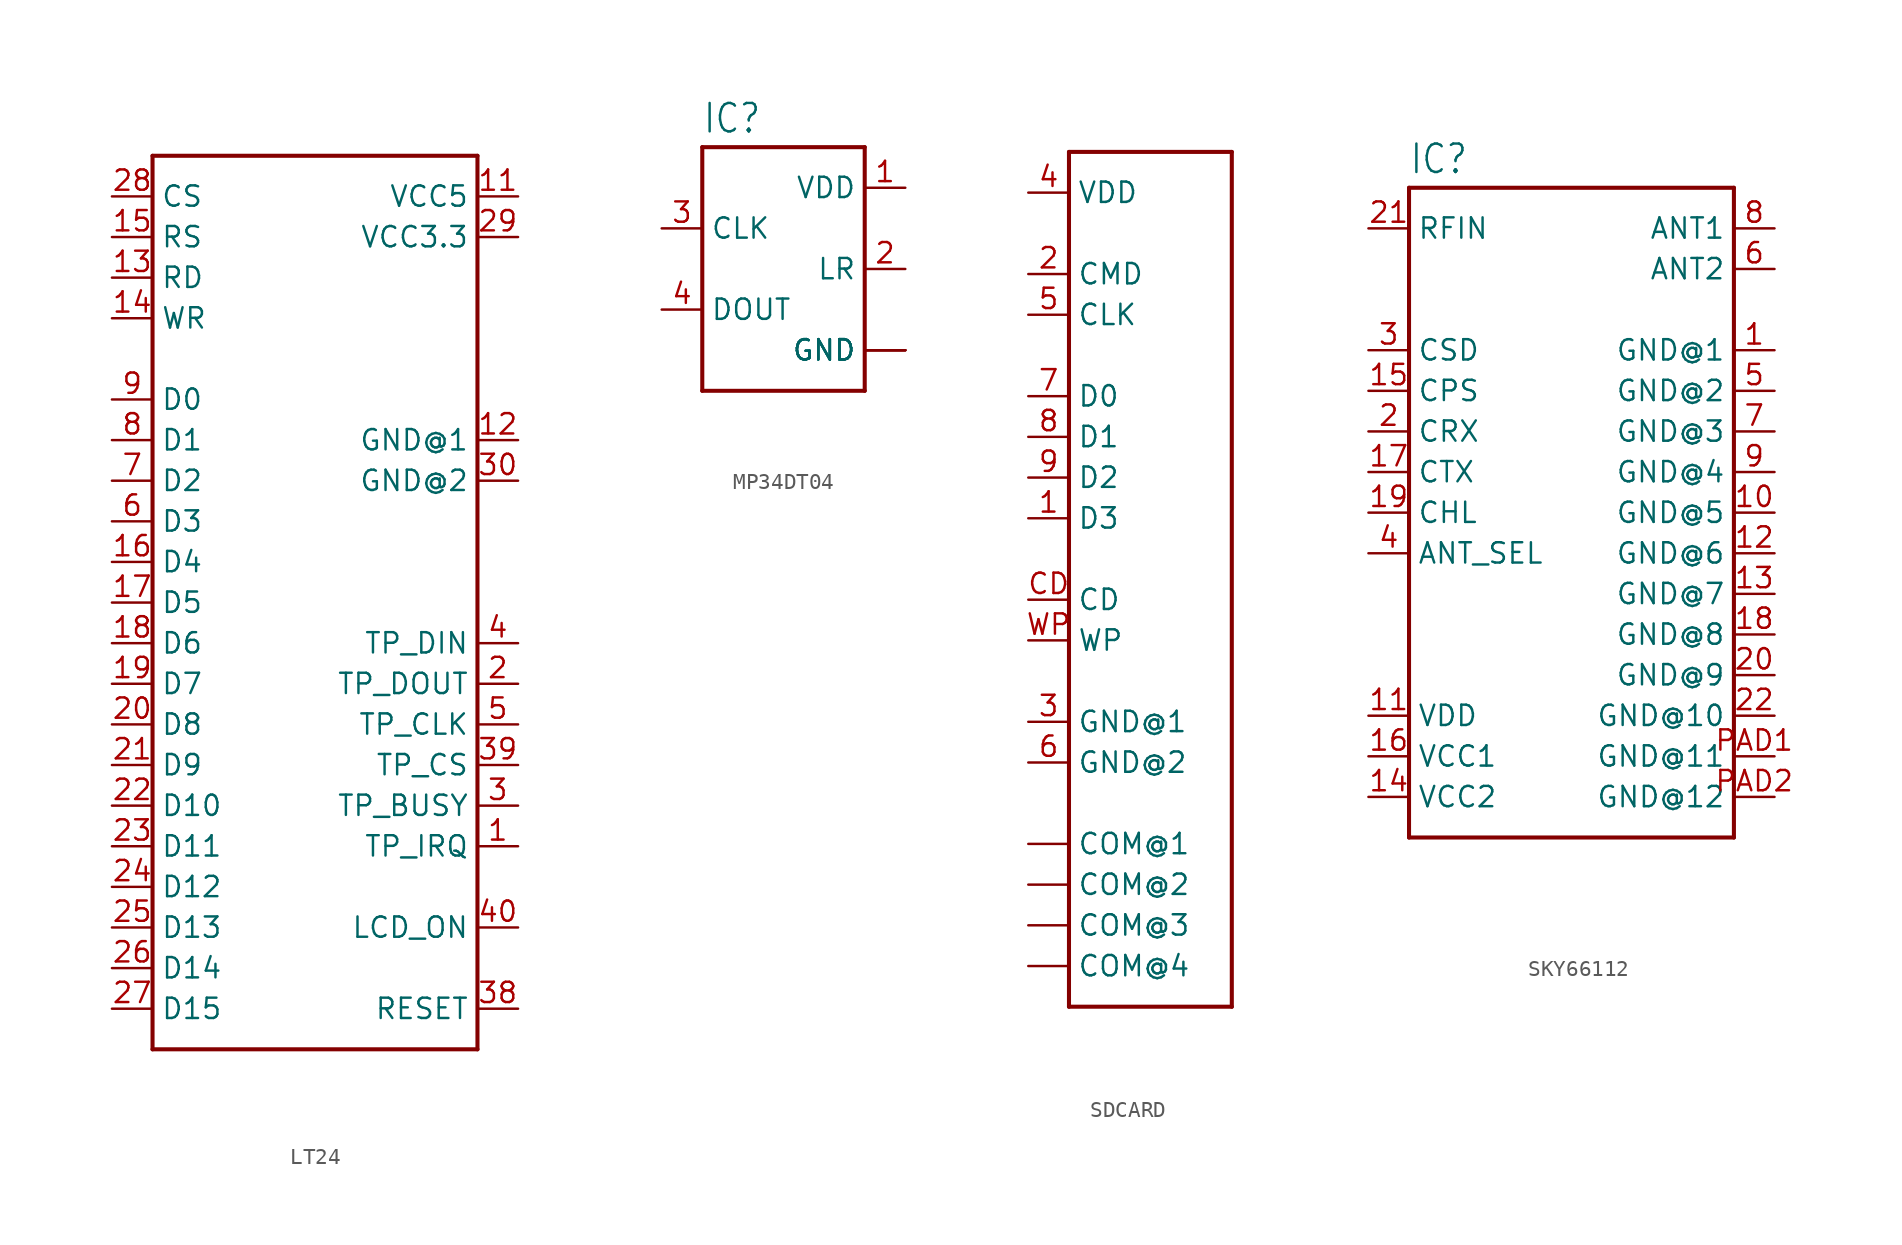
<source format=kicad_sym>
(kicad_symbol_lib
  (version 20231120)
  (generator "kicad_symbol_editor")
  (generator_version "8.0")
  (symbol "LT24"
    (property "Reference" "IC"
      (at -9.906 28.448 0)
      (effects (font (size 1.778 1.511)) (justify left bottom) (hide yes)))
    (property "ki_locked" ""
      (at 0 0 0)
      (effects (font (size 1.27 1.27))))
    (symbol "LT24_1_0"
      (polyline (pts (xy -10.16 -27.94) (xy -10.16 27.94)) (stroke (width 0.254) (type solid)) (fill (type none)))
      (polyline (pts (xy -10.16 27.94) (xy 10.16 27.94)) (stroke (width 0.254) (type solid)) (fill (type none)))
      (polyline (pts (xy 10.16 -27.94) (xy -10.16 -27.94)) (stroke (width 0.254) (type solid)) (fill (type none)))
      (polyline (pts (xy 10.16 27.94) (xy 10.16 -27.94)) (stroke (width 0.254) (type solid)) (fill (type none)))
      (pin bidirectional line (at 12.7 -15.24 180) (length 2.54) (name "TP_IRQ" (effects (font (size 1.27 1.27)))) (number "1" (effects (font (size 1.27 1.27)))))
      (pin power_in line (at 12.7 25.4 180) (length 2.54) (name "VCC5" (effects (font (size 1.27 1.27)))) (number "11" (effects (font (size 1.27 1.27)))))
      (pin power_in line (at 12.7 10.16 180) (length 2.54) (name "GND@1" (effects (font (size 1.27 1.27)))) (number "12" (effects (font (size 1.27 1.27)))))
      (pin bidirectional line (at -12.7 20.32 0) (length 2.54) (name "RD" (effects (font (size 1.27 1.27)))) (number "13" (effects (font (size 1.27 1.27)))))
      (pin bidirectional line (at -12.7 17.78 0) (length 2.54) (name "WR" (effects (font (size 1.27 1.27)))) (number "14" (effects (font (size 1.27 1.27)))))
      (pin bidirectional line (at -12.7 22.86 0) (length 2.54) (name "RS" (effects (font (size 1.27 1.27)))) (number "15" (effects (font (size 1.27 1.27)))))
      (pin bidirectional line (at -12.7 2.54 0) (length 2.54) (name "D4" (effects (font (size 1.27 1.27)))) (number "16" (effects (font (size 1.27 1.27)))))
      (pin bidirectional line (at -12.7 0 0) (length 2.54) (name "D5" (effects (font (size 1.27 1.27)))) (number "17" (effects (font (size 1.27 1.27)))))
      (pin bidirectional line (at -12.7 -2.54 0) (length 2.54) (name "D6" (effects (font (size 1.27 1.27)))) (number "18" (effects (font (size 1.27 1.27)))))
      (pin bidirectional line (at -12.7 -5.08 0) (length 2.54) (name "D7" (effects (font (size 1.27 1.27)))) (number "19" (effects (font (size 1.27 1.27)))))
      (pin bidirectional line (at 12.7 -5.08 180) (length 2.54) (name "TP_DOUT" (effects (font (size 1.27 1.27)))) (number "2" (effects (font (size 1.27 1.27)))))
      (pin bidirectional line (at -12.7 -7.62 0) (length 2.54) (name "D8" (effects (font (size 1.27 1.27)))) (number "20" (effects (font (size 1.27 1.27)))))
      (pin bidirectional line (at -12.7 -10.16 0) (length 2.54) (name "D9" (effects (font (size 1.27 1.27)))) (number "21" (effects (font (size 1.27 1.27)))))
      (pin bidirectional line (at -12.7 -12.7 0) (length 2.54) (name "D10" (effects (font (size 1.27 1.27)))) (number "22" (effects (font (size 1.27 1.27)))))
      (pin bidirectional line (at -12.7 -15.24 0) (length 2.54) (name "D11" (effects (font (size 1.27 1.27)))) (number "23" (effects (font (size 1.27 1.27)))))
      (pin bidirectional line (at -12.7 -17.78 0) (length 2.54) (name "D12" (effects (font (size 1.27 1.27)))) (number "24" (effects (font (size 1.27 1.27)))))
      (pin bidirectional line (at -12.7 -20.32 0) (length 2.54) (name "D13" (effects (font (size 1.27 1.27)))) (number "25" (effects (font (size 1.27 1.27)))))
      (pin bidirectional line (at -12.7 -22.86 0) (length 2.54) (name "D14" (effects (font (size 1.27 1.27)))) (number "26" (effects (font (size 1.27 1.27)))))
      (pin bidirectional line (at -12.7 -25.4 0) (length 2.54) (name "D15" (effects (font (size 1.27 1.27)))) (number "27" (effects (font (size 1.27 1.27)))))
      (pin bidirectional line (at -12.7 25.4 0) (length 2.54) (name "CS" (effects (font (size 1.27 1.27)))) (number "28" (effects (font (size 1.27 1.27)))))
      (pin power_in line (at 12.7 22.86 180) (length 2.54) (name "VCC3.3" (effects (font (size 1.27 1.27)))) (number "29" (effects (font (size 1.27 1.27)))))
      (pin bidirectional line (at 12.7 -12.7 180) (length 2.54) (name "TP_BUSY" (effects (font (size 1.27 1.27)))) (number "3" (effects (font (size 1.27 1.27)))))
      (pin power_in line (at 12.7 7.62 180) (length 2.54) (name "GND@2" (effects (font (size 1.27 1.27)))) (number "30" (effects (font (size 1.27 1.27)))))
      (pin bidirectional line (at 12.7 -25.4 180) (length 2.54) (name "RESET" (effects (font (size 1.27 1.27)))) (number "38" (effects (font (size 1.27 1.27)))))
      (pin bidirectional line (at 12.7 -10.16 180) (length 2.54) (name "TP_CS" (effects (font (size 1.27 1.27)))) (number "39" (effects (font (size 1.27 1.27)))))
      (pin bidirectional line (at 12.7 -2.54 180) (length 2.54) (name "TP_DIN" (effects (font (size 1.27 1.27)))) (number "4" (effects (font (size 1.27 1.27)))))
      (pin bidirectional line (at 12.7 -20.32 180) (length 2.54) (name "LCD_ON" (effects (font (size 1.27 1.27)))) (number "40" (effects (font (size 1.27 1.27)))))
      (pin bidirectional line (at 12.7 -7.62 180) (length 2.54) (name "TP_CLK" (effects (font (size 1.27 1.27)))) (number "5" (effects (font (size 1.27 1.27)))))
      (pin bidirectional line (at -12.7 5.08 0) (length 2.54) (name "D3" (effects (font (size 1.27 1.27)))) (number "6" (effects (font (size 1.27 1.27)))))
      (pin bidirectional line (at -12.7 7.62 0) (length 2.54) (name "D2" (effects (font (size 1.27 1.27)))) (number "7" (effects (font (size 1.27 1.27)))))
      (pin bidirectional line (at -12.7 10.16 0) (length 2.54) (name "D1" (effects (font (size 1.27 1.27)))) (number "8" (effects (font (size 1.27 1.27)))))
      (pin bidirectional line (at -12.7 12.7 0) (length 2.54) (name "D0" (effects (font (size 1.27 1.27)))) (number "9" (effects (font (size 1.27 1.27)))))))
  (symbol "MP34DT04"
    (property "Reference" "IC"
      (at -5.08 8.382 0)
      (effects (font (size 1.778 1.511)) (justify left bottom)))
    (property "Value" ""
      (at -5.08 -10.16 0)
      (effects (font (size 1.778 1.511)) (justify left bottom)))
    (property "ki_locked" ""
      (at 0 0 0)
      (effects (font (size 1.27 1.27))))
    (symbol "MP34DT04_1_0"
      (polyline (pts (xy -5.08 -7.62) (xy -5.08 7.62)) (stroke (width 0.254) (type solid)) (fill (type none)))
      (polyline (pts (xy -5.08 7.62) (xy 5.08 7.62)) (stroke (width 0.254) (type solid)) (fill (type none)))
      (polyline (pts (xy 5.08 -7.62) (xy -5.08 -7.62)) (stroke (width 0.254) (type solid)) (fill (type none)))
      (polyline (pts (xy 5.08 7.62) (xy 5.08 -7.62)) (stroke (width 0.254) (type solid)) (fill (type none)))
      (pin bidirectional line (at 7.62 5.08 180) (length 2.54) (name "VDD" (effects (font (size 1.27 1.27)))) (number "1" (effects (font (size 1.27 1.27)))))
      (pin bidirectional line (at 7.62 0 180) (length 2.54) (name "LR" (effects (font (size 1.27 1.27)))) (number "2" (effects (font (size 1.27 1.27)))))
      (pin bidirectional line (at -7.62 2.54 0) (length 2.54) (name "CLK" (effects (font (size 1.27 1.27)))) (number "3" (effects (font (size 1.27 1.27)))))
      (pin bidirectional line (at -7.62 -2.54 0) (length 2.54) (name "DOUT" (effects (font (size 1.27 1.27)))) (number "4" (effects (font (size 1.27 1.27)))))
      (pin bidirectional line (at 7.62 -5.08 180) (length 2.54) (name "GND" (effects (font (size 1.27 1.27)))) (number "G1" (effects (font (size 0 0)))))
      (pin bidirectional line (at 7.62 -5.08 180) (length 2.54) (name "GND" (effects (font (size 1.27 1.27)))) (number "G2" (effects (font (size 0 0)))))
      (pin bidirectional line (at 7.62 -5.08 180) (length 2.54) (name "GND" (effects (font (size 1.27 1.27)))) (number "G3" (effects (font (size 0 0)))))
      (pin bidirectional line (at 7.62 -5.08 180) (length 2.54) (name "GND" (effects (font (size 1.27 1.27)))) (number "G4" (effects (font (size 0 0)))))))
  (symbol "SDCARD"
    (property "Reference" "X"
      (at -5.08 20.828 0)
      (effects (font (size 1.778 1.511)) (justify left bottom) (hide yes)))
    (property "ki_locked" ""
      (at 0 0 0)
      (effects (font (size 1.27 1.27))))
    (symbol "SDCARD_1_0"
      (polyline (pts (xy -5.08 -33.02) (xy -5.08 20.32)) (stroke (width 0.254) (type solid)) (fill (type none)))
      (polyline (pts (xy -5.08 20.32) (xy 5.08 20.32)) (stroke (width 0.254) (type solid)) (fill (type none)))
      (polyline (pts (xy 5.08 -33.02) (xy -5.08 -33.02)) (stroke (width 0.254) (type solid)) (fill (type none)))
      (polyline (pts (xy 5.08 20.32) (xy 5.08 -33.02)) (stroke (width 0.254) (type solid)) (fill (type none)))
      (pin bidirectional line (at -7.62 -2.54 0) (length 2.54) (name "D3" (effects (font (size 1.27 1.27)))) (number "1" (effects (font (size 1.27 1.27)))))
      (pin bidirectional line (at -7.62 12.7 0) (length 2.54) (name "CMD" (effects (font (size 1.27 1.27)))) (number "2" (effects (font (size 1.27 1.27)))))
      (pin bidirectional line (at -7.62 -15.24 0) (length 2.54) (name "GND@1" (effects (font (size 1.27 1.27)))) (number "3" (effects (font (size 1.27 1.27)))))
      (pin bidirectional line (at -7.62 17.78 0) (length 2.54) (name "VDD" (effects (font (size 1.27 1.27)))) (number "4" (effects (font (size 1.27 1.27)))))
      (pin bidirectional line (at -7.62 10.16 0) (length 2.54) (name "CLK" (effects (font (size 1.27 1.27)))) (number "5" (effects (font (size 1.27 1.27)))))
      (pin bidirectional line (at -7.62 -17.78 0) (length 2.54) (name "GND@2" (effects (font (size 1.27 1.27)))) (number "6" (effects (font (size 1.27 1.27)))))
      (pin bidirectional line (at -7.62 5.08 0) (length 2.54) (name "D0" (effects (font (size 1.27 1.27)))) (number "7" (effects (font (size 1.27 1.27)))))
      (pin bidirectional line (at -7.62 2.54 0) (length 2.54) (name "D1" (effects (font (size 1.27 1.27)))) (number "8" (effects (font (size 1.27 1.27)))))
      (pin bidirectional line (at -7.62 0 0) (length 2.54) (name "D2" (effects (font (size 1.27 1.27)))) (number "9" (effects (font (size 1.27 1.27)))))
      (pin bidirectional line (at -7.62 -7.62 0) (length 2.54) (name "CD" (effects (font (size 1.27 1.27)))) (number "CD" (effects (font (size 1.27 1.27)))))
      (pin bidirectional line (at -7.62 -22.86 0) (length 2.54) (name "COM@1" (effects (font (size 1.27 1.27)))) (number "COM1" (effects (font (size 0 0)))))
      (pin bidirectional line (at -7.62 -25.4 0) (length 2.54) (name "COM@2" (effects (font (size 1.27 1.27)))) (number "COM2" (effects (font (size 0 0)))))
      (pin bidirectional line (at -7.62 -27.94 0) (length 2.54) (name "COM@3" (effects (font (size 1.27 1.27)))) (number "COM3" (effects (font (size 0 0)))))
      (pin bidirectional line (at -7.62 -30.48 0) (length 2.54) (name "COM@4" (effects (font (size 1.27 1.27)))) (number "COM4" (effects (font (size 0 0)))))
      (pin bidirectional line (at -7.62 -10.16 0) (length 2.54) (name "WP" (effects (font (size 1.27 1.27)))) (number "WP" (effects (font (size 1.27 1.27)))))))
  (symbol "SKY66112"
    (property "Reference" "IC"
      (at -10.16 18.542 0)
      (effects (font (size 1.778 1.511)) (justify left bottom)))
    (property "Value" ""
      (at -10.16 -25.4 0)
      (effects (font (size 1.778 1.511)) (justify left bottom)))
    (property "ki_locked" ""
      (at 0 0 0)
      (effects (font (size 1.27 1.27))))
    (symbol "SKY66112_1_0"
      (polyline (pts (xy -10.16 -22.86) (xy -10.16 17.78)) (stroke (width 0.254) (type solid)) (fill (type none)))
      (polyline (pts (xy -10.16 17.78) (xy 10.16 17.78)) (stroke (width 0.254) (type solid)) (fill (type none)))
      (polyline (pts (xy 10.16 -22.86) (xy -10.16 -22.86)) (stroke (width 0.254) (type solid)) (fill (type none)))
      (polyline (pts (xy 10.16 17.78) (xy 10.16 -22.86)) (stroke (width 0.254) (type solid)) (fill (type none)))
      (pin bidirectional line (at 12.7 7.62 180) (length 2.54) (name "GND@1" (effects (font (size 1.27 1.27)))) (number "1" (effects (font (size 1.27 1.27)))))
      (pin bidirectional line (at 12.7 -2.54 180) (length 2.54) (name "GND@5" (effects (font (size 1.27 1.27)))) (number "10" (effects (font (size 1.27 1.27)))))
      (pin bidirectional line (at -12.7 -15.24 0) (length 2.54) (name "VDD" (effects (font (size 1.27 1.27)))) (number "11" (effects (font (size 1.27 1.27)))))
      (pin bidirectional line (at 12.7 -5.08 180) (length 2.54) (name "GND@6" (effects (font (size 1.27 1.27)))) (number "12" (effects (font (size 1.27 1.27)))))
      (pin bidirectional line (at 12.7 -7.62 180) (length 2.54) (name "GND@7" (effects (font (size 1.27 1.27)))) (number "13" (effects (font (size 1.27 1.27)))))
      (pin bidirectional line (at -12.7 -20.32 0) (length 2.54) (name "VCC2" (effects (font (size 1.27 1.27)))) (number "14" (effects (font (size 1.27 1.27)))))
      (pin bidirectional line (at -12.7 5.08 0) (length 2.54) (name "CPS" (effects (font (size 1.27 1.27)))) (number "15" (effects (font (size 1.27 1.27)))))
      (pin bidirectional line (at -12.7 -17.78 0) (length 2.54) (name "VCC1" (effects (font (size 1.27 1.27)))) (number "16" (effects (font (size 1.27 1.27)))))
      (pin bidirectional line (at -12.7 0 0) (length 2.54) (name "CTX" (effects (font (size 1.27 1.27)))) (number "17" (effects (font (size 1.27 1.27)))))
      (pin bidirectional line (at 12.7 -10.16 180) (length 2.54) (name "GND@8" (effects (font (size 1.27 1.27)))) (number "18" (effects (font (size 1.27 1.27)))))
      (pin bidirectional line (at -12.7 -2.54 0) (length 2.54) (name "CHL" (effects (font (size 1.27 1.27)))) (number "19" (effects (font (size 1.27 1.27)))))
      (pin bidirectional line (at -12.7 2.54 0) (length 2.54) (name "CRX" (effects (font (size 1.27 1.27)))) (number "2" (effects (font (size 1.27 1.27)))))
      (pin bidirectional line (at 12.7 -12.7 180) (length 2.54) (name "GND@9" (effects (font (size 1.27 1.27)))) (number "20" (effects (font (size 1.27 1.27)))))
      (pin bidirectional line (at -12.7 15.24 0) (length 2.54) (name "RFIN" (effects (font (size 1.27 1.27)))) (number "21" (effects (font (size 1.27 1.27)))))
      (pin bidirectional line (at 12.7 -15.24 180) (length 2.54) (name "GND@10" (effects (font (size 1.27 1.27)))) (number "22" (effects (font (size 1.27 1.27)))))
      (pin bidirectional line (at -12.7 7.62 0) (length 2.54) (name "CSD" (effects (font (size 1.27 1.27)))) (number "3" (effects (font (size 1.27 1.27)))))
      (pin bidirectional line (at -12.7 -5.08 0) (length 2.54) (name "ANT_SEL" (effects (font (size 1.27 1.27)))) (number "4" (effects (font (size 1.27 1.27)))))
      (pin bidirectional line (at 12.7 5.08 180) (length 2.54) (name "GND@2" (effects (font (size 1.27 1.27)))) (number "5" (effects (font (size 1.27 1.27)))))
      (pin bidirectional line (at 12.7 12.7 180) (length 2.54) (name "ANT2" (effects (font (size 1.27 1.27)))) (number "6" (effects (font (size 1.27 1.27)))))
      (pin bidirectional line (at 12.7 2.54 180) (length 2.54) (name "GND@3" (effects (font (size 1.27 1.27)))) (number "7" (effects (font (size 1.27 1.27)))))
      (pin bidirectional line (at 12.7 15.24 180) (length 2.54) (name "ANT1" (effects (font (size 1.27 1.27)))) (number "8" (effects (font (size 1.27 1.27)))))
      (pin bidirectional line (at 12.7 0 180) (length 2.54) (name "GND@4" (effects (font (size 1.27 1.27)))) (number "9" (effects (font (size 1.27 1.27)))))
      (pin bidirectional line (at 12.7 -17.78 180) (length 2.54) (name "GND@11" (effects (font (size 1.27 1.27)))) (number "PAD1" (effects (font (size 1.27 1.27)))))
      (pin bidirectional line (at 12.7 -20.32 180) (length 2.54) (name "GND@12" (effects (font (size 1.27 1.27)))) (number "PAD2" (effects (font (size 1.27 1.27))))))))
</source>
